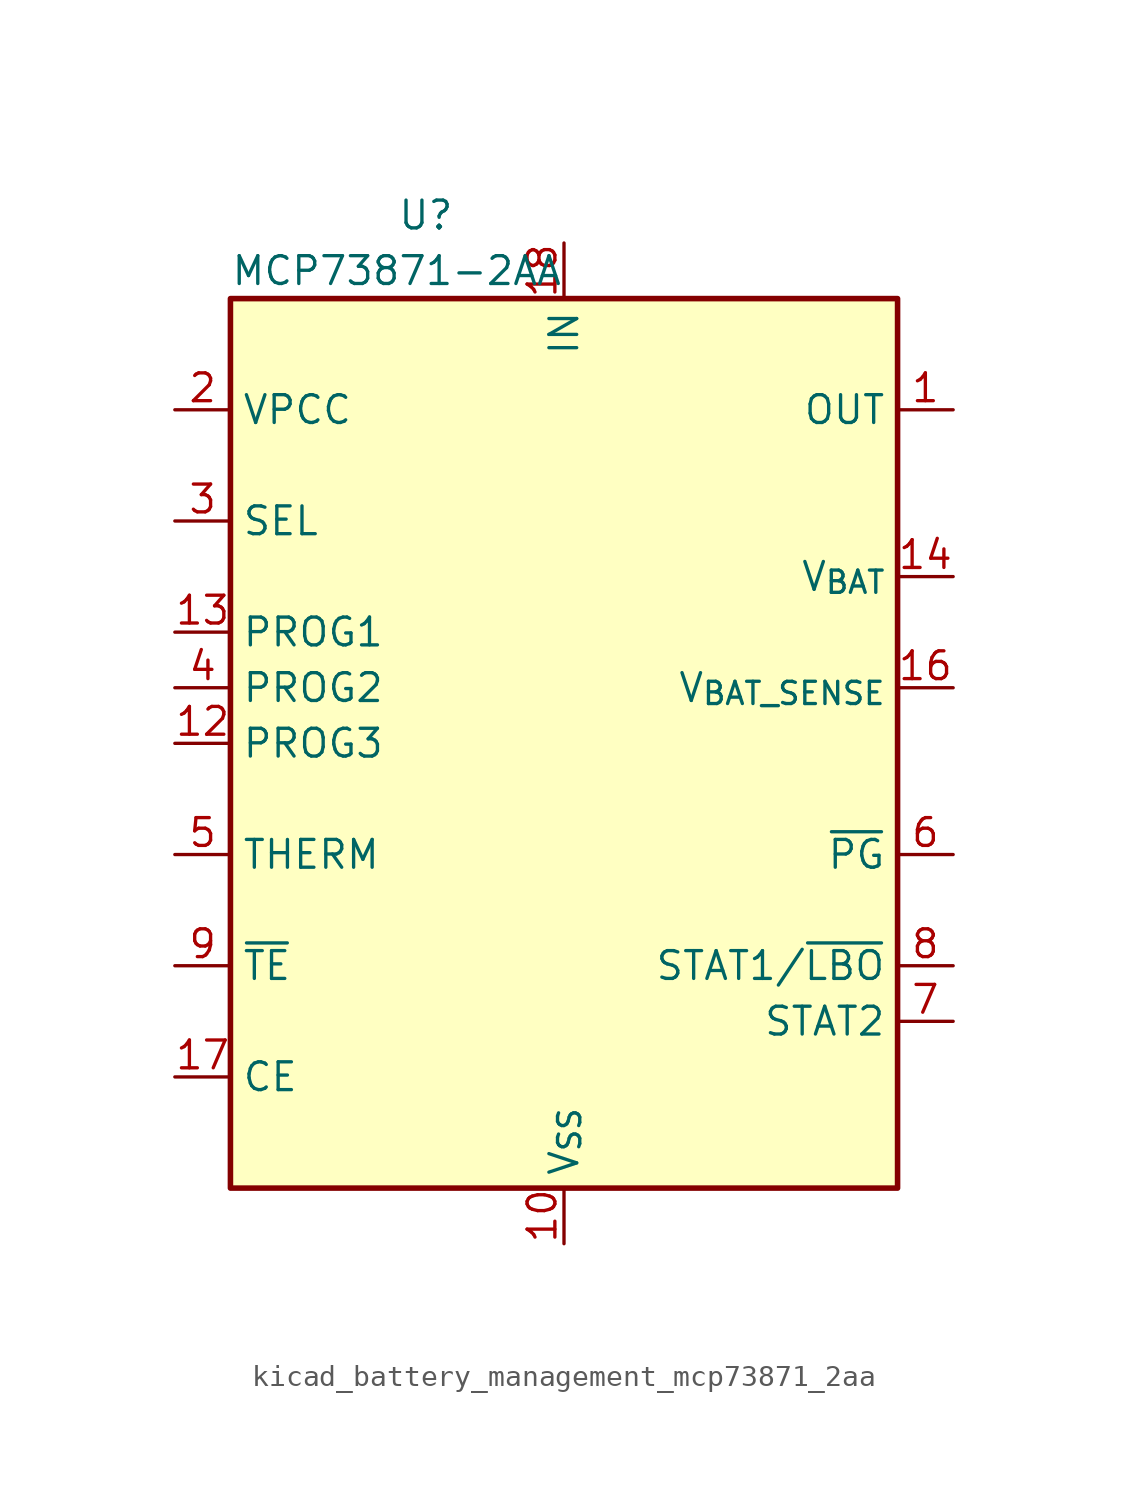
<source format=kicad_sym>
(kicad_symbol_lib
  (version 20220914)
  (generator kicad_symbol_editor)
  (symbol "kicad_battery_management_mcp73871_2aa"
    (property "Reference" "U"
      (at -7.62 24.13 0)
      (effects (font (size 1.27 1.27)) (justify left)))
    (property "Value" "MCP73871-2AA"
      (at -15.24 21.59 0)
      (effects (font (size 1.27 1.27)) (justify left)))
    (symbol "kicad_battery_management_mcp73871_2aa_0_1"
      (rectangle (start -15.24 20.32) (end 15.24 -20.32) (stroke (width 0.254) (type default)) (fill (type background))))
    (symbol "kicad_battery_management_mcp73871_2aa_1_1"
      (pin power_out line (at 17.78 15.24 180) (length 2.54) (name "OUT" (effects (font (size 1.27 1.27)))) (number "1" (effects (font (size 1.27 1.27)))))
      (pin power_in line (at 0 -22.86 90) (length 2.54) (name "V_{SS}" (effects (font (size 1.27 1.27)))) (number "10" (effects (font (size 1.27 1.27)))))
      (pin passive line (at 0 -22.86 90) (length 2.54) hide (name "V_{SS}" (effects (font (size 1.27 1.27)))) (number "11" (effects (font (size 1.27 1.27)))))
      (pin bidirectional line (at -17.78 0 0) (length 2.54) (name "PROG3" (effects (font (size 1.27 1.27)))) (number "12" (effects (font (size 1.27 1.27)))))
      (pin bidirectional line (at -17.78 5.08 0) (length 2.54) (name "PROG1" (effects (font (size 1.27 1.27)))) (number "13" (effects (font (size 1.27 1.27)))))
      (pin power_out line (at 17.78 7.62 180) (length 2.54) (name "V_{BAT}" (effects (font (size 1.27 1.27)))) (number "14" (effects (font (size 1.27 1.27)))))
      (pin passive line (at 17.78 7.62 180) (length 2.54) hide (name "V_{BAT}" (effects (font (size 1.27 1.27)))) (number "15" (effects (font (size 1.27 1.27)))))
      (pin input line (at 17.78 2.54 180) (length 2.54) (name "V_{BAT_SENSE}" (effects (font (size 1.27 1.27)))) (number "16" (effects (font (size 1.27 1.27)))))
      (pin input line (at -17.78 -15.24 0) (length 2.54) (name "CE" (effects (font (size 1.27 1.27)))) (number "17" (effects (font (size 1.27 1.27)))))
      (pin power_in line (at 0 22.86 270) (length 2.54) (name "IN" (effects (font (size 1.27 1.27)))) (number "18" (effects (font (size 1.27 1.27)))))
      (pin passive line (at 0 22.86 270) (length 2.54) hide (name "IN" (effects (font (size 1.27 1.27)))) (number "19" (effects (font (size 1.27 1.27)))))
      (pin input line (at -17.78 15.24 0) (length 2.54) (name "VPCC" (effects (font (size 1.27 1.27)))) (number "2" (effects (font (size 1.27 1.27)))))
      (pin passive line (at 17.78 15.24 180) (length 2.54) hide (name "OUT" (effects (font (size 1.27 1.27)))) (number "20" (effects (font (size 1.27 1.27)))))
      (pin passive line (at 0 -22.86 90) (length 2.54) hide (name "V_{SS}" (effects (font (size 1.27 1.27)))) (number "21" (effects (font (size 1.27 1.27)))))
      (pin input line (at -17.78 10.16 0) (length 2.54) (name "SEL" (effects (font (size 1.27 1.27)))) (number "3" (effects (font (size 1.27 1.27)))))
      (pin input line (at -17.78 2.54 0) (length 2.54) (name "PROG2" (effects (font (size 1.27 1.27)))) (number "4" (effects (font (size 1.27 1.27)))))
      (pin bidirectional line (at -17.78 -5.08 0) (length 2.54) (name "THERM" (effects (font (size 1.27 1.27)))) (number "5" (effects (font (size 1.27 1.27)))))
      (pin open_collector line (at 17.78 -5.08 180) (length 2.54) (name "~{PG}" (effects (font (size 1.27 1.27)))) (number "6" (effects (font (size 1.27 1.27)))))
      (pin open_collector line (at 17.78 -12.7 180) (length 2.54) (name "STAT2" (effects (font (size 1.27 1.27)))) (number "7" (effects (font (size 1.27 1.27)))))
      (pin open_collector line (at 17.78 -10.16 180) (length 2.54) (name "STAT1/~{LBO}" (effects (font (size 1.27 1.27)))) (number "8" (effects (font (size 1.27 1.27)))))
      (pin input line (at -17.78 -10.16 0) (length 2.54) (name "~{TE}" (effects (font (size 1.27 1.27)))) (number "9" (effects (font (size 1.27 1.27))))))))
</source>
